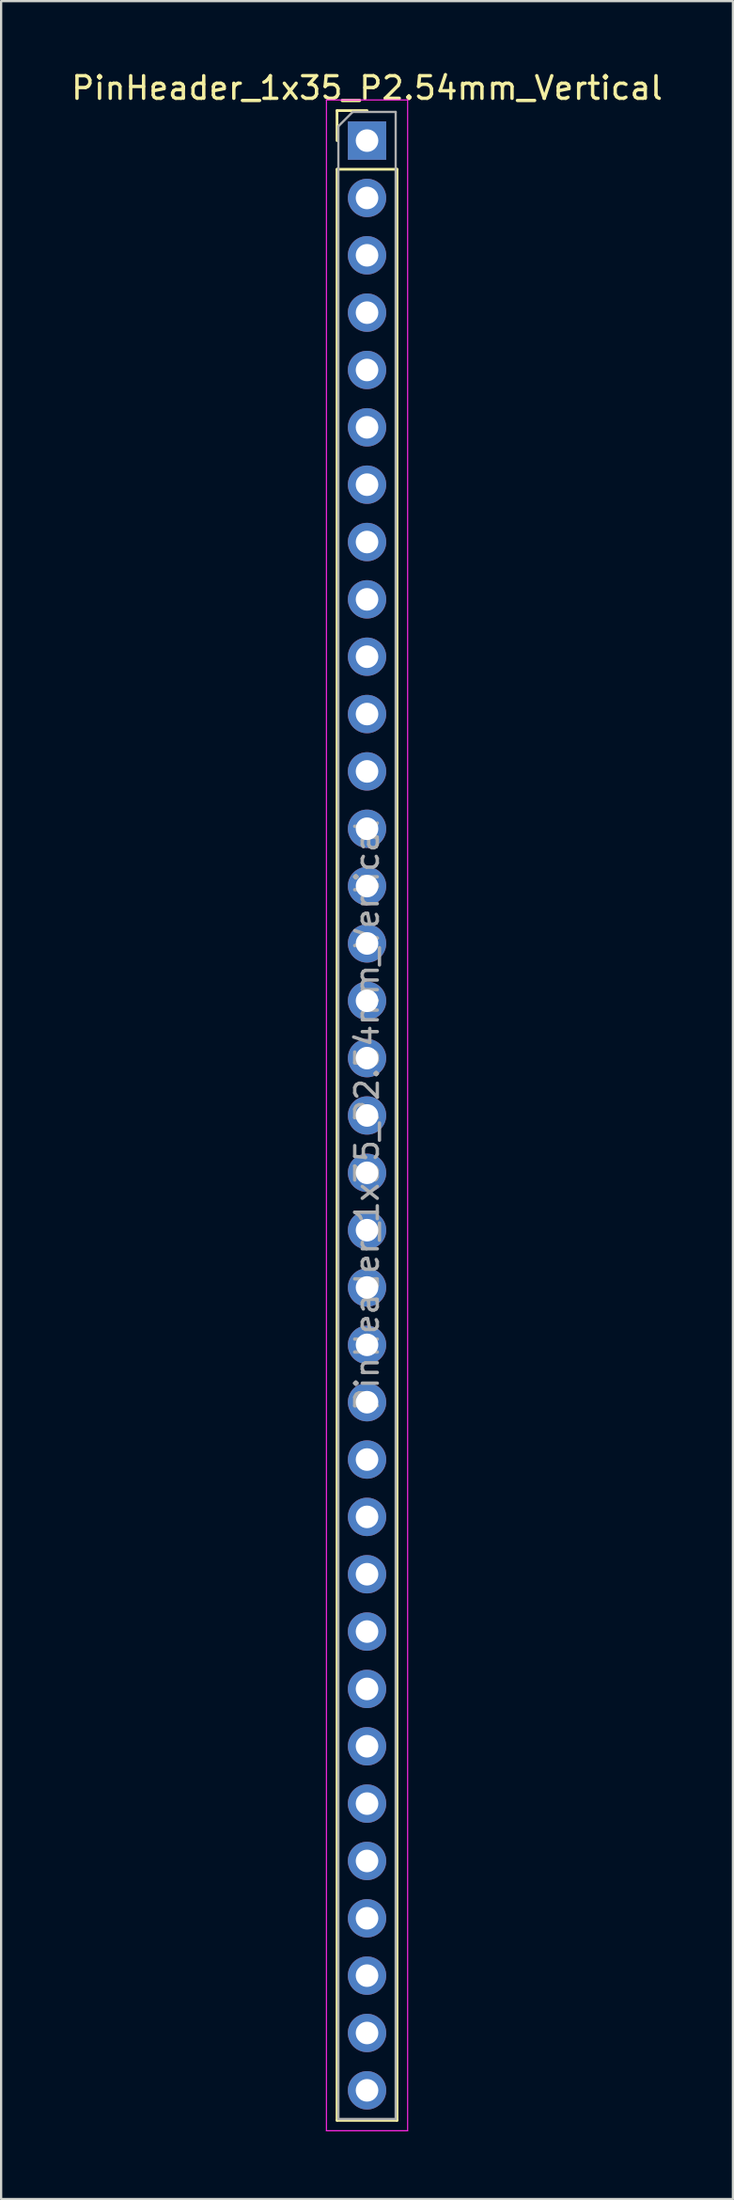
<source format=kicad_pcb>
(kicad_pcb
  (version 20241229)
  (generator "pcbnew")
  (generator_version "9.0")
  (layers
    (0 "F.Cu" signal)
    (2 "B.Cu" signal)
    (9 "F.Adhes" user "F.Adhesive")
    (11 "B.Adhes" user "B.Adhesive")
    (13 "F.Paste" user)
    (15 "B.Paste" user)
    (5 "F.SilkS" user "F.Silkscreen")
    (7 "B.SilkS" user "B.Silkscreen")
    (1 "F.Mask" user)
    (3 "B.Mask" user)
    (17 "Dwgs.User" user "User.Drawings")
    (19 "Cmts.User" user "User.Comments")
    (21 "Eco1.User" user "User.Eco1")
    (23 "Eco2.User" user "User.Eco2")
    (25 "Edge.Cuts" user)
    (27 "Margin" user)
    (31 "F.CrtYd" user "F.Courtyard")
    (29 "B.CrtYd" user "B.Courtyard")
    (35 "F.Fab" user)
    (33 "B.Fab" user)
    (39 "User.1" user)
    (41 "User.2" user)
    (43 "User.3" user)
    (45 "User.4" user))
  (footprint "PinHeader_1x35_P2.54mm_Vertical"
    (layer "F.Cu")
    (at 13.22 3.178)
    (property "Reference" "PinHeader_1x35_P2.54mm_Vertical" (at 0 -2.33 0) (layer "F.SilkS") (effects (font (size 1 1) (thickness 0.15))))
    (attr through_hole)
    (fp_line (start -1.33 -1.33) (end 0 -1.33) (stroke (width 0.12) (type solid)) (layer "F.SilkS"))
    (fp_line (start -1.33 0) (end -1.33 -1.33) (stroke (width 0.12) (type solid)) (layer "F.SilkS"))
    (fp_line (start -1.33 1.27) (end -1.33 87.69) (stroke (width 0.12) (type solid)) (layer "F.SilkS"))
    (fp_line (start -1.33 1.27) (end 1.33 1.27) (stroke (width 0.12) (type solid)) (layer "F.SilkS"))
    (fp_line (start -1.33 87.69) (end 1.33 87.69) (stroke (width 0.12) (type solid)) (layer "F.SilkS"))
    (fp_line (start 1.33 1.27) (end 1.33 87.69) (stroke (width 0.12) (type solid)) (layer "F.SilkS"))
    (fp_line (start -1.8 -1.8) (end -1.8 88.15) (stroke (width 0.05) (type solid)) (layer "F.CrtYd"))
    (fp_line (start -1.8 88.15) (end 1.8 88.15) (stroke (width 0.05) (type solid)) (layer "F.CrtYd"))
    (fp_line (start 1.8 -1.8) (end -1.8 -1.8) (stroke (width 0.05) (type solid)) (layer "F.CrtYd"))
    (fp_line (start 1.8 88.15) (end 1.8 -1.8) (stroke (width 0.05) (type solid)) (layer "F.CrtYd"))
    (fp_line (start -1.27 -0.635) (end -0.635 -1.27) (stroke (width 0.1) (type solid)) (layer "F.Fab"))
    (fp_line (start -1.27 87.63) (end -1.27 -0.635) (stroke (width 0.1) (type solid)) (layer "F.Fab"))
    (fp_line (start -0.635 -1.27) (end 1.27 -1.27) (stroke (width 0.1) (type solid)) (layer "F.Fab"))
    (fp_line (start 1.27 -1.27) (end 1.27 87.63) (stroke (width 0.1) (type solid)) (layer "F.Fab"))
    (fp_line (start 1.27 87.63) (end -1.27 87.63) (stroke (width 0.1) (type solid)) (layer "F.Fab"))
    (fp_text user "${REFERENCE}" (at 0 43.18 90) (layer "F.Fab") (effects (font (size 1 1) (thickness 0.15))))
    (pad "1" thru_hole rect (at 0 0) (size 1.7 1.7) (drill 1) (layers "*.Cu" "*.Mask"))
    (pad "2" thru_hole oval (at 0 2.54) (size 1.7 1.7) (drill 1) (layers "*.Cu" "*.Mask"))
    (pad "3" thru_hole oval (at 0 5.08) (size 1.7 1.7) (drill 1) (layers "*.Cu" "*.Mask"))
    (pad "4" thru_hole oval (at 0 7.62) (size 1.7 1.7) (drill 1) (layers "*.Cu" "*.Mask"))
    (pad "5" thru_hole oval (at 0 10.16) (size 1.7 1.7) (drill 1) (layers "*.Cu" "*.Mask"))
    (pad "6" thru_hole oval (at 0 12.7) (size 1.7 1.7) (drill 1) (layers "*.Cu" "*.Mask"))
    (pad "7" thru_hole oval (at 0 15.24) (size 1.7 1.7) (drill 1) (layers "*.Cu" "*.Mask"))
    (pad "8" thru_hole oval (at 0 17.78) (size 1.7 1.7) (drill 1) (layers "*.Cu" "*.Mask"))
    (pad "9" thru_hole oval (at 0 20.32) (size 1.7 1.7) (drill 1) (layers "*.Cu" "*.Mask"))
    (pad "10" thru_hole oval (at 0 22.86) (size 1.7 1.7) (drill 1) (layers "*.Cu" "*.Mask"))
    (pad "11" thru_hole oval (at 0 25.4) (size 1.7 1.7) (drill 1) (layers "*.Cu" "*.Mask"))
    (pad "12" thru_hole oval (at 0 27.94) (size 1.7 1.7) (drill 1) (layers "*.Cu" "*.Mask"))
    (pad "13" thru_hole oval (at 0 30.48) (size 1.7 1.7) (drill 1) (layers "*.Cu" "*.Mask"))
    (pad "14" thru_hole oval (at 0 33.02) (size 1.7 1.7) (drill 1) (layers "*.Cu" "*.Mask"))
    (pad "15" thru_hole oval (at 0 35.56) (size 1.7 1.7) (drill 1) (layers "*.Cu" "*.Mask"))
    (pad "16" thru_hole oval (at 0 38.1) (size 1.7 1.7) (drill 1) (layers "*.Cu" "*.Mask"))
    (pad "17" thru_hole oval (at 0 40.64) (size 1.7 1.7) (drill 1) (layers "*.Cu" "*.Mask"))
    (pad "18" thru_hole oval (at 0 43.18) (size 1.7 1.7) (drill 1) (layers "*.Cu" "*.Mask"))
    (pad "19" thru_hole oval (at 0 45.72) (size 1.7 1.7) (drill 1) (layers "*.Cu" "*.Mask"))
    (pad "20" thru_hole oval (at 0 48.26) (size 1.7 1.7) (drill 1) (layers "*.Cu" "*.Mask"))
    (pad "21" thru_hole oval (at 0 50.8) (size 1.7 1.7) (drill 1) (layers "*.Cu" "*.Mask"))
    (pad "22" thru_hole oval (at 0 53.34) (size 1.7 1.7) (drill 1) (layers "*.Cu" "*.Mask"))
    (pad "23" thru_hole oval (at 0 55.88) (size 1.7 1.7) (drill 1) (layers "*.Cu" "*.Mask"))
    (pad "24" thru_hole oval (at 0 58.42) (size 1.7 1.7) (drill 1) (layers "*.Cu" "*.Mask"))
    (pad "25" thru_hole oval (at 0 60.96) (size 1.7 1.7) (drill 1) (layers "*.Cu" "*.Mask"))
    (pad "26" thru_hole oval (at 0 63.5) (size 1.7 1.7) (drill 1) (layers "*.Cu" "*.Mask"))
    (pad "27" thru_hole oval (at 0 66.04) (size 1.7 1.7) (drill 1) (layers "*.Cu" "*.Mask"))
    (pad "28" thru_hole oval (at 0 68.58) (size 1.7 1.7) (drill 1) (layers "*.Cu" "*.Mask"))
    (pad "29" thru_hole oval (at 0 71.12) (size 1.7 1.7) (drill 1) (layers "*.Cu" "*.Mask"))
    (pad "30" thru_hole oval (at 0 73.66) (size 1.7 1.7) (drill 1) (layers "*.Cu" "*.Mask"))
    (pad "31" thru_hole oval (at 0 76.2) (size 1.7 1.7) (drill 1) (layers "*.Cu" "*.Mask"))
    (pad "32" thru_hole oval (at 0 78.74) (size 1.7 1.7) (drill 1) (layers "*.Cu" "*.Mask"))
    (pad "33" thru_hole oval (at 0 81.28) (size 1.7 1.7) (drill 1) (layers "*.Cu" "*.Mask"))
    (pad "34" thru_hole oval (at 0 83.82) (size 1.7 1.7) (drill 1) (layers "*.Cu" "*.Mask"))
    (pad "35" thru_hole oval (at 0 86.36) (size 1.7 1.7) (drill 1) (layers "*.Cu" "*.Mask")))
  (gr_rect
    (start -3 -3)
    (end 29.44 94.353)
    (stroke (width 0.1) (type default))
    (fill no)
    (layer "Edge.Cuts")))
</source>
